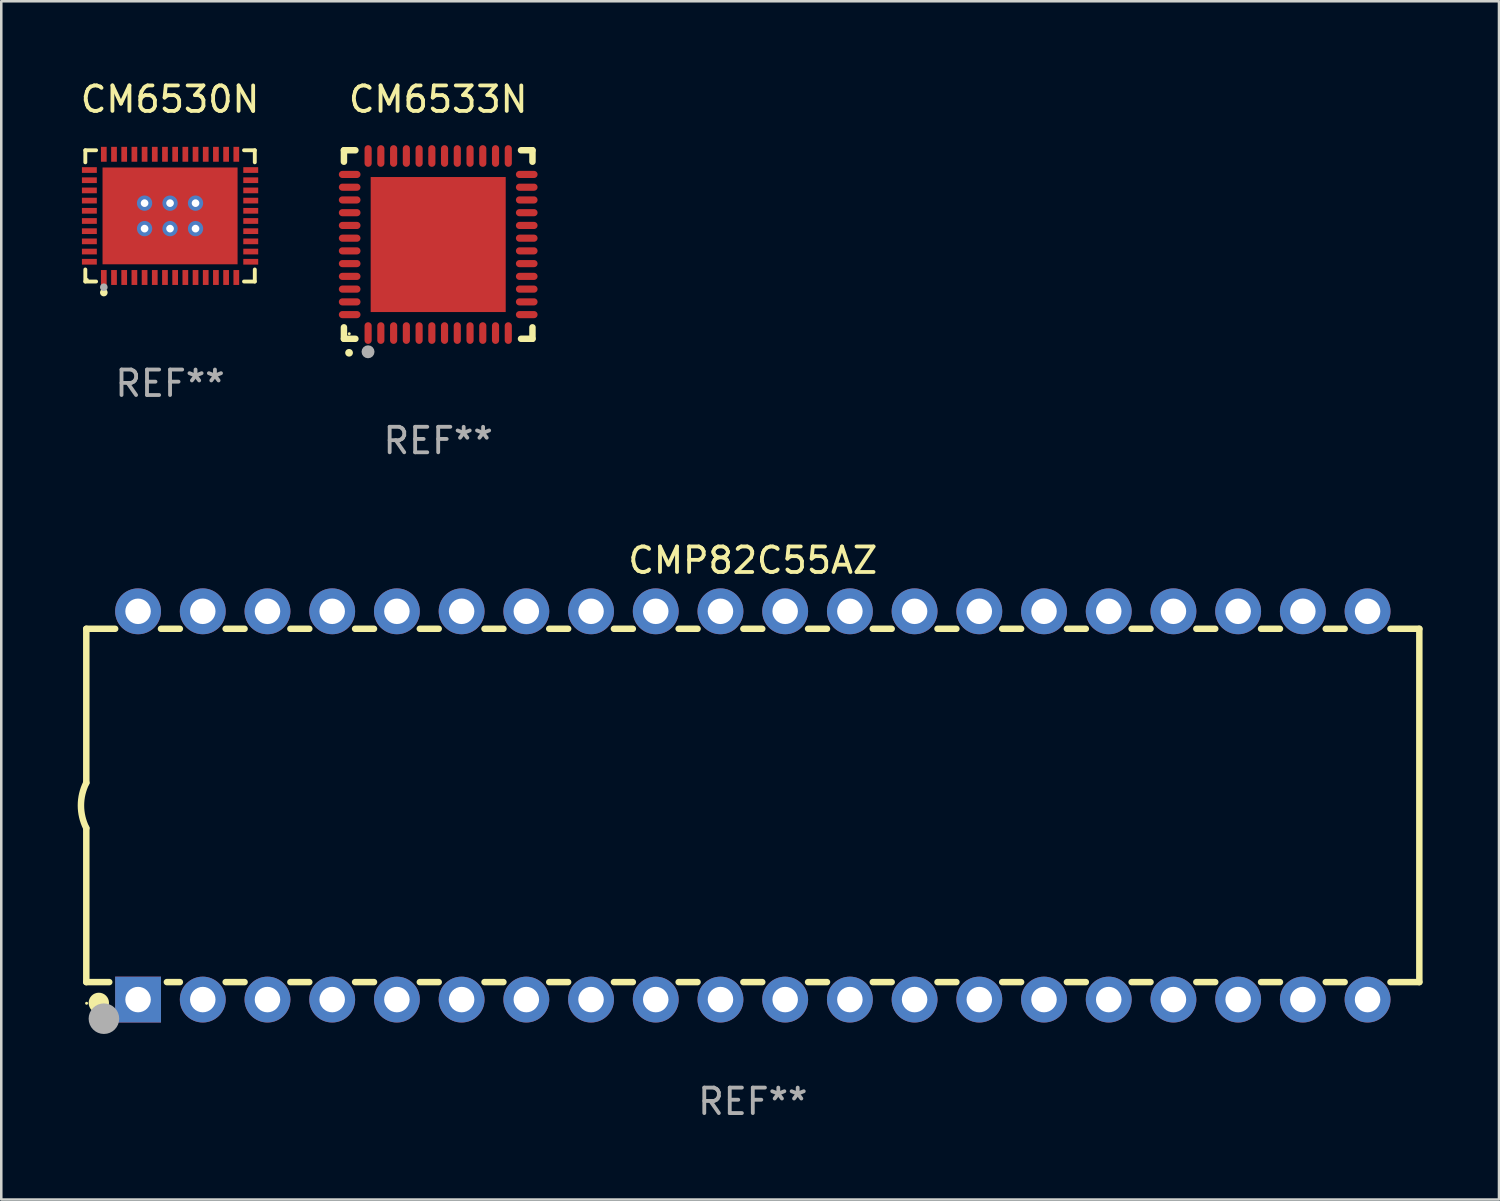
<source format=kicad_pcb>
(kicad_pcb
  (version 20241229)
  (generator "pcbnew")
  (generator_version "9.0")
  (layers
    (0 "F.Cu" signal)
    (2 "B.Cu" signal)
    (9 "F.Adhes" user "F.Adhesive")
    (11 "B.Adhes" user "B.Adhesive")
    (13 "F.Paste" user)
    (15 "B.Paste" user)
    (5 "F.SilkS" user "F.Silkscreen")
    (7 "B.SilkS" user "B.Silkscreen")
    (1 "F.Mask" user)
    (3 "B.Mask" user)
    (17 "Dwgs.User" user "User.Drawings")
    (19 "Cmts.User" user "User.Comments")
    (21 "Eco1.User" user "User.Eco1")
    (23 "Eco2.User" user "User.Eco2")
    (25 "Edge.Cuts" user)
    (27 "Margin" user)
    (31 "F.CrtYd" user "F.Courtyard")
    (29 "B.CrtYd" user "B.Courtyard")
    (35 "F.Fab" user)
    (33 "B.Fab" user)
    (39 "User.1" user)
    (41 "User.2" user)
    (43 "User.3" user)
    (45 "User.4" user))
  (footprint "CMP82C55AZ"
    (layer "F.Cu")
    (at 26.499 28.565)
    (property "Reference" "CMP82C55AZ" (at 0 -9.62 0) (layer "F.SilkS") (effects (font (size 1 1) (thickness 0.15))))
    (attr through_hole)
    (fp_line (start -26.162 -6.934) (end -26.162 -0.889) (stroke (width 0.254) (type solid)) (layer "F.SilkS"))
    (fp_line (start -26.162 -6.934) (end -25.029 -6.934) (stroke (width 0.254) (type solid)) (layer "F.SilkS"))
    (fp_line (start -26.162 6.934) (end -26.162 0.889) (stroke (width 0.254) (type solid)) (layer "F.SilkS"))
    (fp_line (start -26.162 6.934) (end -25.261 6.934) (stroke (width 0.254) (type solid)) (layer "F.SilkS"))
    (fp_line (start -23.231 -6.934) (end -22.489 -6.934) (stroke (width 0.254) (type solid)) (layer "F.SilkS"))
    (fp_line (start -22.999 6.934) (end -22.489 6.934) (stroke (width 0.254) (type solid)) (layer "F.SilkS"))
    (fp_line (start -20.691 -6.934) (end -19.949 -6.934) (stroke (width 0.254) (type solid)) (layer "F.SilkS"))
    (fp_line (start -20.691 6.934) (end -19.949 6.934) (stroke (width 0.254) (type solid)) (layer "F.SilkS"))
    (fp_line (start -18.151 -6.934) (end -17.409 -6.934) (stroke (width 0.254) (type solid)) (layer "F.SilkS"))
    (fp_line (start -18.151 6.934) (end -17.409 6.934) (stroke (width 0.254) (type solid)) (layer "F.SilkS"))
    (fp_line (start -15.611 -6.934) (end -14.869 -6.934) (stroke (width 0.254) (type solid)) (layer "F.SilkS"))
    (fp_line (start -15.611 6.934) (end -14.869 6.934) (stroke (width 0.254) (type solid)) (layer "F.SilkS"))
    (fp_line (start -13.071 -6.934) (end -12.329 -6.934) (stroke (width 0.254) (type solid)) (layer "F.SilkS"))
    (fp_line (start -13.071 6.934) (end -12.329 6.934) (stroke (width 0.254) (type solid)) (layer "F.SilkS"))
    (fp_line (start -10.531 -6.934) (end -9.789 -6.934) (stroke (width 0.254) (type solid)) (layer "F.SilkS"))
    (fp_line (start -10.531 6.934) (end -9.789 6.934) (stroke (width 0.254) (type solid)) (layer "F.SilkS"))
    (fp_line (start -7.991 -6.934) (end -7.249 -6.934) (stroke (width 0.254) (type solid)) (layer "F.SilkS"))
    (fp_line (start -7.991 6.934) (end -7.249 6.934) (stroke (width 0.254) (type solid)) (layer "F.SilkS"))
    (fp_line (start -5.451 -6.934) (end -4.709 -6.934) (stroke (width 0.254) (type solid)) (layer "F.SilkS"))
    (fp_line (start -5.451 6.934) (end -4.709 6.934) (stroke (width 0.254) (type solid)) (layer "F.SilkS"))
    (fp_line (start -2.911 -6.934) (end -2.169 -6.934) (stroke (width 0.254) (type solid)) (layer "F.SilkS"))
    (fp_line (start -2.911 6.934) (end -2.169 6.934) (stroke (width 0.254) (type solid)) (layer "F.SilkS"))
    (fp_line (start -0.371 -6.934) (end 0.371 -6.934) (stroke (width 0.254) (type solid)) (layer "F.SilkS"))
    (fp_line (start -0.371 6.934) (end 0.371 6.934) (stroke (width 0.254) (type solid)) (layer "F.SilkS"))
    (fp_line (start 2.169 -6.934) (end 2.911 -6.934) (stroke (width 0.254) (type solid)) (layer "F.SilkS"))
    (fp_line (start 2.169 6.934) (end 2.911 6.934) (stroke (width 0.254) (type solid)) (layer "F.SilkS"))
    (fp_line (start 4.709 -6.934) (end 5.451 -6.934) (stroke (width 0.254) (type solid)) (layer "F.SilkS"))
    (fp_line (start 4.709 6.934) (end 5.451 6.934) (stroke (width 0.254) (type solid)) (layer "F.SilkS"))
    (fp_line (start 7.249 -6.934) (end 7.991 -6.934) (stroke (width 0.254) (type solid)) (layer "F.SilkS"))
    (fp_line (start 7.249 6.934) (end 7.991 6.934) (stroke (width 0.254) (type solid)) (layer "F.SilkS"))
    (fp_line (start 9.789 -6.934) (end 10.531 -6.934) (stroke (width 0.254) (type solid)) (layer "F.SilkS"))
    (fp_line (start 9.789 6.934) (end 10.531 6.934) (stroke (width 0.254) (type solid)) (layer "F.SilkS"))
    (fp_line (start 12.329 -6.934) (end 13.071 -6.934) (stroke (width 0.254) (type solid)) (layer "F.SilkS"))
    (fp_line (start 12.329 6.934) (end 13.071 6.934) (stroke (width 0.254) (type solid)) (layer "F.SilkS"))
    (fp_line (start 14.869 -6.934) (end 15.611 -6.934) (stroke (width 0.254) (type solid)) (layer "F.SilkS"))
    (fp_line (start 14.869 6.934) (end 15.611 6.934) (stroke (width 0.254) (type solid)) (layer "F.SilkS"))
    (fp_line (start 17.409 -6.934) (end 18.151 -6.934) (stroke (width 0.254) (type solid)) (layer "F.SilkS"))
    (fp_line (start 17.409 6.934) (end 18.151 6.934) (stroke (width 0.254) (type solid)) (layer "F.SilkS"))
    (fp_line (start 19.949 -6.934) (end 20.691 -6.934) (stroke (width 0.254) (type solid)) (layer "F.SilkS"))
    (fp_line (start 19.949 6.934) (end 20.691 6.934) (stroke (width 0.254) (type solid)) (layer "F.SilkS"))
    (fp_line (start 22.489 -6.934) (end 23.231 -6.934) (stroke (width 0.254) (type solid)) (layer "F.SilkS"))
    (fp_line (start 22.489 6.934) (end 23.231 6.934) (stroke (width 0.254) (type solid)) (layer "F.SilkS"))
    (fp_line (start 25.029 -6.934) (end 26.162 -6.934) (stroke (width 0.254) (type solid)) (layer "F.SilkS"))
    (fp_line (start 25.029 6.934) (end 26.162 6.934) (stroke (width 0.254) (type solid)) (layer "F.SilkS"))
    (fp_line (start 26.162 -6.934) (end 26.162 6.934) (stroke (width 0.254) (type solid)) (layer "F.SilkS"))
    (fp_arc (start -26.162052 0.889001) (mid -26.371917 0) (end -26.162052 -0.889002) (stroke (width 0.254001) (type solid)) (layer "F.SilkS"))
    (fp_circle (center -26.15 7.765) (end -26.12 7.765) (stroke (width 0.06) (type solid)) (fill no) (layer "F.SilkS"))
    (fp_circle (center -25.67 7.75) (end -25.47 7.75) (stroke (width 0.4) (type solid)) (fill no) (layer "F.SilkS"))
    (fp_circle (center -25.47 8.37) (end -25.17 8.37) (stroke (width 0.6) (type solid)) (fill no) (layer "F.Fab"))
    (fp_text user "REF**" (at 0 11.62 0) (layer "F.Fab") (effects (font (size 1 1) (thickness 0.15))))
    (pad "1" thru_hole rect (at -24.13 7.62) (size 1.8 1.8) (drill 1) (layers "*.Cu" "*.Mask"))
    (pad "2" thru_hole circle (at -21.59 7.62) (size 1.8 1.8) (drill 1) (layers "*.Cu" "*.Mask"))
    (pad "3" thru_hole circle (at -19.05 7.62) (size 1.8 1.8) (drill 1) (layers "*.Cu" "*.Mask"))
    (pad "4" thru_hole circle (at -16.51 7.62) (size 1.8 1.8) (drill 1) (layers "*.Cu" "*.Mask"))
    (pad "5" thru_hole circle (at -13.97 7.62) (size 1.8 1.8) (drill 1) (layers "*.Cu" "*.Mask"))
    (pad "6" thru_hole circle (at -11.43 7.62) (size 1.8 1.8) (drill 1) (layers "*.Cu" "*.Mask"))
    (pad "7" thru_hole circle (at -8.89 7.62) (size 1.8 1.8) (drill 1) (layers "*.Cu" "*.Mask"))
    (pad "8" thru_hole circle (at -6.35 7.62) (size 1.8 1.8) (drill 1) (layers "*.Cu" "*.Mask"))
    (pad "9" thru_hole circle (at -3.81 7.62) (size 1.8 1.8) (drill 1) (layers "*.Cu" "*.Mask"))
    (pad "10" thru_hole circle (at -1.27 7.62) (size 1.8 1.8) (drill 1) (layers "*.Cu" "*.Mask"))
    (pad "11" thru_hole circle (at 1.27 7.62) (size 1.8 1.8) (drill 1) (layers "*.Cu" "*.Mask"))
    (pad "12" thru_hole circle (at 3.81 7.62) (size 1.8 1.8) (drill 1) (layers "*.Cu" "*.Mask"))
    (pad "13" thru_hole circle (at 6.35 7.62) (size 1.8 1.8) (drill 1) (layers "*.Cu" "*.Mask"))
    (pad "14" thru_hole circle (at 8.89 7.62) (size 1.8 1.8) (drill 1) (layers "*.Cu" "*.Mask"))
    (pad "15" thru_hole circle (at 11.43 7.62) (size 1.8 1.8) (drill 1) (layers "*.Cu" "*.Mask"))
    (pad "16" thru_hole circle (at 13.97 7.62) (size 1.8 1.8) (drill 1) (layers "*.Cu" "*.Mask"))
    (pad "17" thru_hole circle (at 16.51 7.62) (size 1.8 1.8) (drill 1) (layers "*.Cu" "*.Mask"))
    (pad "18" thru_hole circle (at 19.05 7.62) (size 1.8 1.8) (drill 1) (layers "*.Cu" "*.Mask"))
    (pad "19" thru_hole circle (at 21.59 7.62) (size 1.8 1.8) (drill 1) (layers "*.Cu" "*.Mask"))
    (pad "20" thru_hole circle (at 24.13 7.62) (size 1.8 1.8) (drill 1) (layers "*.Cu" "*.Mask"))
    (pad "21" thru_hole circle (at 24.13 -7.62) (size 1.8 1.8) (drill 1) (layers "*.Cu" "*.Mask"))
    (pad "22" thru_hole circle (at 21.59 -7.62) (size 1.8 1.8) (drill 1) (layers "*.Cu" "*.Mask"))
    (pad "23" thru_hole circle (at 19.05 -7.62) (size 1.8 1.8) (drill 1) (layers "*.Cu" "*.Mask"))
    (pad "24" thru_hole circle (at 16.51 -7.62) (size 1.8 1.8) (drill 1) (layers "*.Cu" "*.Mask"))
    (pad "25" thru_hole circle (at 13.97 -7.62) (size 1.8 1.8) (drill 1) (layers "*.Cu" "*.Mask"))
    (pad "26" thru_hole circle (at 11.43 -7.62) (size 1.8 1.8) (drill 1) (layers "*.Cu" "*.Mask"))
    (pad "27" thru_hole circle (at 8.89 -7.62) (size 1.8 1.8) (drill 1) (layers "*.Cu" "*.Mask"))
    (pad "28" thru_hole circle (at 6.35 -7.62) (size 1.8 1.8) (drill 1) (layers "*.Cu" "*.Mask"))
    (pad "29" thru_hole circle (at 3.81 -7.62) (size 1.8 1.8) (drill 1) (layers "*.Cu" "*.Mask"))
    (pad "30" thru_hole circle (at 1.27 -7.62) (size 1.8 1.8) (drill 1) (layers "*.Cu" "*.Mask"))
    (pad "31" thru_hole circle (at -1.27 -7.62) (size 1.8 1.8) (drill 1) (layers "*.Cu" "*.Mask"))
    (pad "32" thru_hole circle (at -3.81 -7.62) (size 1.8 1.8) (drill 1) (layers "*.Cu" "*.Mask"))
    (pad "33" thru_hole circle (at -6.35 -7.62) (size 1.8 1.8) (drill 1) (layers "*.Cu" "*.Mask"))
    (pad "34" thru_hole circle (at -8.89 -7.62) (size 1.8 1.8) (drill 1) (layers "*.Cu" "*.Mask"))
    (pad "35" thru_hole circle (at -11.43 -7.62) (size 1.8 1.8) (drill 1) (layers "*.Cu" "*.Mask"))
    (pad "36" thru_hole circle (at -13.97 -7.62) (size 1.8 1.8) (drill 1) (layers "*.Cu" "*.Mask"))
    (pad "37" thru_hole circle (at -16.51 -7.62) (size 1.8 1.8) (drill 1) (layers "*.Cu" "*.Mask"))
    (pad "38" thru_hole circle (at -19.05 -7.62) (size 1.8 1.8) (drill 1) (layers "*.Cu" "*.Mask"))
    (pad "39" thru_hole circle (at -21.59 -7.62) (size 1.8 1.8) (drill 1) (layers "*.Cu" "*.Mask"))
    (pad "40" thru_hole circle (at -24.13 -7.62) (size 1.8 1.8) (drill 1) (layers "*.Cu" "*.Mask")))
  (footprint "CM6530N"
    (layer "F.Cu")
    (at 3.625 5.424)
    (property "Reference" "CM6530N" (at 0 -4.576 0) (layer "F.SilkS") (effects (font (size 1 1) (thickness 0.15))))
    (attr through_hole)
    (fp_line (start -3.326 -2.576) (end -2.903 -2.576) (stroke (width 0.152) (type solid)) (layer "F.SilkS"))
    (fp_line (start -3.326 -2.103) (end -3.326 -2.576) (stroke (width 0.152) (type solid)) (layer "F.SilkS"))
    (fp_line (start -3.326 2.103) (end -3.326 2.576) (stroke (width 0.152) (type solid)) (layer "F.SilkS"))
    (fp_line (start -3.326 2.576) (end -2.903 2.576) (stroke (width 0.152) (type solid)) (layer "F.SilkS"))
    (fp_line (start 3.326 -2.576) (end 2.903 -2.576) (stroke (width 0.152) (type solid)) (layer "F.SilkS"))
    (fp_line (start 3.326 -2.103) (end 3.326 -2.576) (stroke (width 0.152) (type solid)) (layer "F.SilkS"))
    (fp_line (start 3.326 2.103) (end 3.326 2.576) (stroke (width 0.152) (type solid)) (layer "F.SilkS"))
    (fp_line (start 3.326 2.576) (end 2.903 2.576) (stroke (width 0.152) (type solid)) (layer "F.SilkS"))
    (fp_circle (center -3.25 2.5) (end -3.22 2.5) (stroke (width 0.06) (type solid)) (fill no) (layer "F.SilkS"))
    (fp_circle (center -2.6 3.01) (end -2.525 3.01) (stroke (width 0.15) (type solid)) (fill no) (layer "F.SilkS"))
    (fp_circle (center -2.6 2.8) (end -2.525 2.8) (stroke (width 0.15) (type solid)) (fill no) (layer "F.Fab"))
    (fp_text user "REF**" (at 0 6.576 0) (layer "F.Fab") (effects (font (size 1 1) (thickness 0.15))))
    (pad "1" smd rect (at -2.6 2.418) (size 0.224 0.585) (layers "F.Cu" "F.Mask" "F.Paste"))
    (pad "2" smd rect (at -2.2 2.418) (size 0.224 0.585) (layers "F.Cu" "F.Mask" "F.Paste"))
    (pad "3" smd rect (at -1.8 2.418) (size 0.224 0.585) (layers "F.Cu" "F.Mask" "F.Paste"))
    (pad "4" smd rect (at -1.4 2.418) (size 0.224 0.585) (layers "F.Cu" "F.Mask" "F.Paste"))
    (pad "5" smd rect (at -1 2.418) (size 0.224 0.585) (layers "F.Cu" "F.Mask" "F.Paste"))
    (pad "6" smd rect (at -0.6 2.418) (size 0.224 0.585) (layers "F.Cu" "F.Mask" "F.Paste"))
    (pad "7" smd rect (at -0.2 2.418) (size 0.224 0.585) (layers "F.Cu" "F.Mask" "F.Paste"))
    (pad "8" smd rect (at 0.2 2.418) (size 0.224 0.585) (layers "F.Cu" "F.Mask" "F.Paste"))
    (pad "9" smd rect (at 0.6 2.418) (size 0.224 0.585) (layers "F.Cu" "F.Mask" "F.Paste"))
    (pad "10" smd rect (at 1 2.418) (size 0.224 0.585) (layers "F.Cu" "F.Mask" "F.Paste"))
    (pad "11" smd rect (at 1.4 2.418) (size 0.224 0.585) (layers "F.Cu" "F.Mask" "F.Paste"))
    (pad "12" smd rect (at 1.8 2.418) (size 0.224 0.585) (layers "F.Cu" "F.Mask" "F.Paste"))
    (pad "13" smd rect (at 2.2 2.418) (size 0.224 0.585) (layers "F.Cu" "F.Mask" "F.Paste"))
    (pad "14" smd rect (at 2.6 2.418) (size 0.224 0.585) (layers "F.Cu" "F.Mask" "F.Paste"))
    (pad "15" smd rect (at 3.167 1.8) (size 0.585 0.224) (layers "F.Cu" "F.Mask" "F.Paste"))
    (pad "16" smd rect (at 3.167 1.4) (size 0.585 0.224) (layers "F.Cu" "F.Mask" "F.Paste"))
    (pad "17" smd rect (at 3.167 1) (size 0.585 0.224) (layers "F.Cu" "F.Mask" "F.Paste"))
    (pad "18" smd rect (at 3.167 0.6) (size 0.585 0.224) (layers "F.Cu" "F.Mask" "F.Paste"))
    (pad "19" smd rect (at 3.167 0.2) (size 0.585 0.224) (layers "F.Cu" "F.Mask" "F.Paste"))
    (pad "20" smd rect (at 3.167 -0.2) (size 0.585 0.224) (layers "F.Cu" "F.Mask" "F.Paste"))
    (pad "21" smd rect (at 3.167 -0.6) (size 0.585 0.224) (layers "F.Cu" "F.Mask" "F.Paste"))
    (pad "22" smd rect (at 3.167 -1) (size 0.585 0.224) (layers "F.Cu" "F.Mask" "F.Paste"))
    (pad "23" smd rect (at 3.167 -1.4) (size 0.585 0.224) (layers "F.Cu" "F.Mask" "F.Paste"))
    (pad "24" smd rect (at 3.167 -1.8) (size 0.585 0.224) (layers "F.Cu" "F.Mask" "F.Paste"))
    (pad "25" smd rect (at 2.6 -2.418) (size 0.224 0.585) (layers "F.Cu" "F.Mask" "F.Paste"))
    (pad "26" smd rect (at 2.2 -2.418) (size 0.224 0.585) (layers "F.Cu" "F.Mask" "F.Paste"))
    (pad "27" smd rect (at 1.8 -2.418) (size 0.224 0.585) (layers "F.Cu" "F.Mask" "F.Paste"))
    (pad "28" smd rect (at 1.4 -2.418) (size 0.224 0.585) (layers "F.Cu" "F.Mask" "F.Paste"))
    (pad "29" smd rect (at 1 -2.418) (size 0.224 0.585) (layers "F.Cu" "F.Mask" "F.Paste"))
    (pad "30" smd rect (at 0.6 -2.418) (size 0.224 0.585) (layers "F.Cu" "F.Mask" "F.Paste"))
    (pad "31" smd rect (at 0.2 -2.418) (size 0.224 0.585) (layers "F.Cu" "F.Mask" "F.Paste"))
    (pad "32" smd rect (at -0.2 -2.418) (size 0.224 0.585) (layers "F.Cu" "F.Mask" "F.Paste"))
    (pad "33" smd rect (at -0.6 -2.418) (size 0.224 0.585) (layers "F.Cu" "F.Mask" "F.Paste"))
    (pad "34" smd rect (at -1 -2.418) (size 0.224 0.585) (layers "F.Cu" "F.Mask" "F.Paste"))
    (pad "35" smd rect (at -1.4 -2.418) (size 0.224 0.585) (layers "F.Cu" "F.Mask" "F.Paste"))
    (pad "36" smd rect (at -1.8 -2.418) (size 0.224 0.585) (layers "F.Cu" "F.Mask" "F.Paste"))
    (pad "37" smd rect (at -2.2 -2.418) (size 0.224 0.585) (layers "F.Cu" "F.Mask" "F.Paste"))
    (pad "38" smd rect (at -2.6 -2.418) (size 0.224 0.585) (layers "F.Cu" "F.Mask" "F.Paste"))
    (pad "39" smd rect (at -3.167 -1.8) (size 0.585 0.224) (layers "F.Cu" "F.Mask" "F.Paste"))
    (pad "40" smd rect (at -3.167 -1.4) (size 0.585 0.224) (layers "F.Cu" "F.Mask" "F.Paste"))
    (pad "41" smd rect (at -3.167 -1) (size 0.585 0.224) (layers "F.Cu" "F.Mask" "F.Paste"))
    (pad "42" smd rect (at -3.167 -0.6) (size 0.585 0.224) (layers "F.Cu" "F.Mask" "F.Paste"))
    (pad "43" smd rect (at -3.167 -0.2) (size 0.585 0.224) (layers "F.Cu" "F.Mask" "F.Paste"))
    (pad "44" smd rect (at -3.167 0.2) (size 0.585 0.224) (layers "F.Cu" "F.Mask" "F.Paste"))
    (pad "45" smd rect (at -3.167 0.6) (size 0.585 0.224) (layers "F.Cu" "F.Mask" "F.Paste"))
    (pad "46" smd rect (at -3.167 1) (size 0.585 0.224) (layers "F.Cu" "F.Mask" "F.Paste"))
    (pad "47" smd rect (at -3.167 1.4) (size 0.585 0.224) (layers "F.Cu" "F.Mask" "F.Paste"))
    (pad "48" smd rect (at -3.167 1.8) (size 0.585 0.224) (layers "F.Cu" "F.Mask" "F.Paste"))
    (pad "49" thru_hole circle (at -1 -0.5) (size 0.6 0.6) (drill 0.3) (layers "*.Cu" "*.Mask"))
    (pad "49" thru_hole circle (at -1 0.5) (size 0.6 0.6) (drill 0.3) (layers "*.Cu" "*.Mask"))
    (pad "49" thru_hole circle (at 0 -0.5) (size 0.6 0.6) (drill 0.3) (layers "*.Cu" "*.Mask"))
    (pad "49" smd rect (at 0 0) (size 5.3 3.8) (layers "F.Cu" "F.Mask" "F.Paste"))
    (pad "49" thru_hole circle (at 0 0.5) (size 0.6 0.6) (drill 0.3) (layers "*.Cu" "*.Mask"))
    (pad "49" thru_hole circle (at 1 -0.5) (size 0.6 0.6) (drill 0.3) (layers "*.Cu" "*.Mask"))
    (pad "49" thru_hole circle (at 1 0.5) (size 0.6 0.6) (drill 0.3) (layers "*.Cu" "*.Mask")))
  (footprint "CM6533N"
    (layer "F.Cu")
    (at 14.15 6.548)
    (property "Reference" "CM6533N" (at 0 -5.7 0) (layer "F.SilkS") (effects (font (size 1 1) (thickness 0.15))))
    (attr through_hole)
    (fp_line (start -3.7 -3.7) (end -3.25 -3.7) (stroke (width 0.254) (type solid)) (layer "F.SilkS"))
    (fp_line (start -3.7 -3.25) (end -3.7 -3.7) (stroke (width 0.254) (type solid)) (layer "F.SilkS"))
    (fp_line (start -3.7 3.7) (end -3.7 3.25) (stroke (width 0.254) (type solid)) (layer "F.SilkS"))
    (fp_line (start -3.25 3.7) (end -3.7 3.7) (stroke (width 0.254) (type solid)) (layer "F.SilkS"))
    (fp_line (start 3.25 3.7) (end 3.7 3.7) (stroke (width 0.254) (type solid)) (layer "F.SilkS"))
    (fp_line (start 3.7 -3.7) (end 3.25 -3.7) (stroke (width 0.254) (type solid)) (layer "F.SilkS"))
    (fp_line (start 3.7 -3.25) (end 3.7 -3.7) (stroke (width 0.254) (type solid)) (layer "F.SilkS"))
    (fp_line (start 3.7 3.7) (end 3.7 3.25) (stroke (width 0.254) (type solid)) (layer "F.SilkS"))
    (fp_arc (start -3.500127 4.249428) (mid -3.498857 4.249423) (end -3.497587 4.249428) (stroke (width 0.3) (type solid)) (layer "F.SilkS"))
    (fp_circle (center -3.491 3.501) (end -3.461 3.501) (stroke (width 0.06) (type solid)) (fill no) (layer "F.SilkS"))
    (fp_circle (center -2.754 4.21) (end -2.627 4.21) (stroke (width 0.254) (type solid)) (fill no) (layer "F.Fab"))
    (fp_text user "REF**" (at 0 7.7 0) (layer "F.Fab") (effects (font (size 1 1) (thickness 0.15))))
    (pad "1" smd oval (at -2.751 3.475) (size 0.28 0.85) (layers "F.Cu" "F.Mask" "F.Paste"))
    (pad "2" smd oval (at -2.251 3.475) (size 0.28 0.85) (layers "F.Cu" "F.Mask" "F.Paste"))
    (pad "3" smd oval (at -1.75 3.475) (size 0.28 0.85) (layers "F.Cu" "F.Mask" "F.Paste"))
    (pad "4" smd oval (at -1.25 3.475) (size 0.28 0.85) (layers "F.Cu" "F.Mask" "F.Paste"))
    (pad "5" smd oval (at -0.749 3.475) (size 0.28 0.85) (layers "F.Cu" "F.Mask" "F.Paste"))
    (pad "6" smd oval (at -0.249 3.475) (size 0.28 0.85) (layers "F.Cu" "F.Mask" "F.Paste"))
    (pad "7" smd oval (at 0.249 3.475) (size 0.28 0.85) (layers "F.Cu" "F.Mask" "F.Paste"))
    (pad "8" smd oval (at 0.749 3.475) (size 0.28 0.85) (layers "F.Cu" "F.Mask" "F.Paste"))
    (pad "9" smd oval (at 1.25 3.475) (size 0.28 0.85) (layers "F.Cu" "F.Mask" "F.Paste"))
    (pad "10" smd oval (at 1.75 3.475) (size 0.28 0.85) (layers "F.Cu" "F.Mask" "F.Paste"))
    (pad "11" smd oval (at 2.25 3.475) (size 0.28 0.85) (layers "F.Cu" "F.Mask" "F.Paste"))
    (pad "12" smd oval (at 2.751 3.475) (size 0.28 0.85) (layers "F.Cu" "F.Mask" "F.Paste"))
    (pad "13" smd oval (at 3.475 2.751) (size 0.85 0.28) (layers "F.Cu" "F.Mask" "F.Paste"))
    (pad "14" smd oval (at 3.475 2.251) (size 0.85 0.28) (layers "F.Cu" "F.Mask" "F.Paste"))
    (pad "15" smd oval (at 3.475 1.75) (size 0.85 0.28) (layers "F.Cu" "F.Mask" "F.Paste"))
    (pad "16" smd oval (at 3.475 1.25) (size 0.85 0.28) (layers "F.Cu" "F.Mask" "F.Paste"))
    (pad "17" smd oval (at 3.475 0.749) (size 0.85 0.28) (layers "F.Cu" "F.Mask" "F.Paste"))
    (pad "18" smd oval (at 3.475 0.249) (size 0.85 0.28) (layers "F.Cu" "F.Mask" "F.Paste"))
    (pad "19" smd oval (at 3.475 -0.249) (size 0.85 0.28) (layers "F.Cu" "F.Mask" "F.Paste"))
    (pad "20" smd oval (at 3.475 -0.749) (size 0.85 0.28) (layers "F.Cu" "F.Mask" "F.Paste"))
    (pad "21" smd oval (at 3.475 -1.25) (size 0.85 0.28) (layers "F.Cu" "F.Mask" "F.Paste"))
    (pad "22" smd oval (at 3.475 -1.75) (size 0.85 0.28) (layers "F.Cu" "F.Mask" "F.Paste"))
    (pad "23" smd oval (at 3.475 -2.25) (size 0.85 0.28) (layers "F.Cu" "F.Mask" "F.Paste"))
    (pad "24" smd oval (at 3.475 -2.751) (size 0.85 0.28) (layers "F.Cu" "F.Mask" "F.Paste"))
    (pad "25" smd oval (at 2.751 -3.475) (size 0.28 0.85) (layers "F.Cu" "F.Mask" "F.Paste"))
    (pad "26" smd oval (at 2.25 -3.475) (size 0.28 0.85) (layers "F.Cu" "F.Mask" "F.Paste"))
    (pad "27" smd oval (at 1.75 -3.475) (size 0.28 0.85) (layers "F.Cu" "F.Mask" "F.Paste"))
    (pad "28" smd oval (at 1.25 -3.475) (size 0.28 0.85) (layers "F.Cu" "F.Mask" "F.Paste"))
    (pad "29" smd oval (at 0.749 -3.475) (size 0.28 0.85) (layers "F.Cu" "F.Mask" "F.Paste"))
    (pad "30" smd oval (at 0.249 -3.475) (size 0.28 0.85) (layers "F.Cu" "F.Mask" "F.Paste"))
    (pad "31" smd oval (at -0.249 -3.475) (size 0.28 0.85) (layers "F.Cu" "F.Mask" "F.Paste"))
    (pad "32" smd oval (at -0.749 -3.475) (size 0.28 0.85) (layers "F.Cu" "F.Mask" "F.Paste"))
    (pad "33" smd oval (at -1.25 -3.475) (size 0.28 0.85) (layers "F.Cu" "F.Mask" "F.Paste"))
    (pad "34" smd oval (at -1.75 -3.475) (size 0.28 0.85) (layers "F.Cu" "F.Mask" "F.Paste"))
    (pad "35" smd oval (at -2.251 -3.475) (size 0.28 0.85) (layers "F.Cu" "F.Mask" "F.Paste"))
    (pad "36" smd oval (at -2.751 -3.475) (size 0.28 0.85) (layers "F.Cu" "F.Mask" "F.Paste"))
    (pad "37" smd oval (at -3.475 -2.751) (size 0.85 0.28) (layers "F.Cu" "F.Mask" "F.Paste"))
    (pad "38" smd oval (at -3.475 -2.25) (size 0.85 0.28) (layers "F.Cu" "F.Mask" "F.Paste"))
    (pad "39" smd oval (at -3.475 -1.75) (size 0.85 0.28) (layers "F.Cu" "F.Mask" "F.Paste"))
    (pad "40" smd oval (at -3.475 -1.25) (size 0.85 0.28) (layers "F.Cu" "F.Mask" "F.Paste"))
    (pad "41" smd oval (at -3.475 -0.749) (size 0.85 0.28) (layers "F.Cu" "F.Mask" "F.Paste"))
    (pad "42" smd oval (at -3.475 -0.249) (size 0.85 0.28) (layers "F.Cu" "F.Mask" "F.Paste"))
    (pad "43" smd oval (at -3.475 0.249) (size 0.85 0.28) (layers "F.Cu" "F.Mask" "F.Paste"))
    (pad "44" smd oval (at -3.475 0.749) (size 0.85 0.28) (layers "F.Cu" "F.Mask" "F.Paste"))
    (pad "45" smd oval (at -3.475 1.25) (size 0.85 0.28) (layers "F.Cu" "F.Mask" "F.Paste"))
    (pad "46" smd oval (at -3.475 1.75) (size 0.85 0.28) (layers "F.Cu" "F.Mask" "F.Paste"))
    (pad "47" smd oval (at -3.475 2.251) (size 0.85 0.28) (layers "F.Cu" "F.Mask" "F.Paste"))
    (pad "48" smd oval (at -3.475 2.751) (size 0.85 0.28) (layers "F.Cu" "F.Mask" "F.Paste"))
    (pad "49" smd rect (at -0.000102 0.000102) (size 5.3 5.3) (layers "F.Cu" "F.Mask" "F.Paste")))
  (gr_rect
    (start -3 -3)
    (end 55.788 44.033)
    (stroke (width 0.1) (type default))
    (fill no)
    (layer "Edge.Cuts")))
</source>
